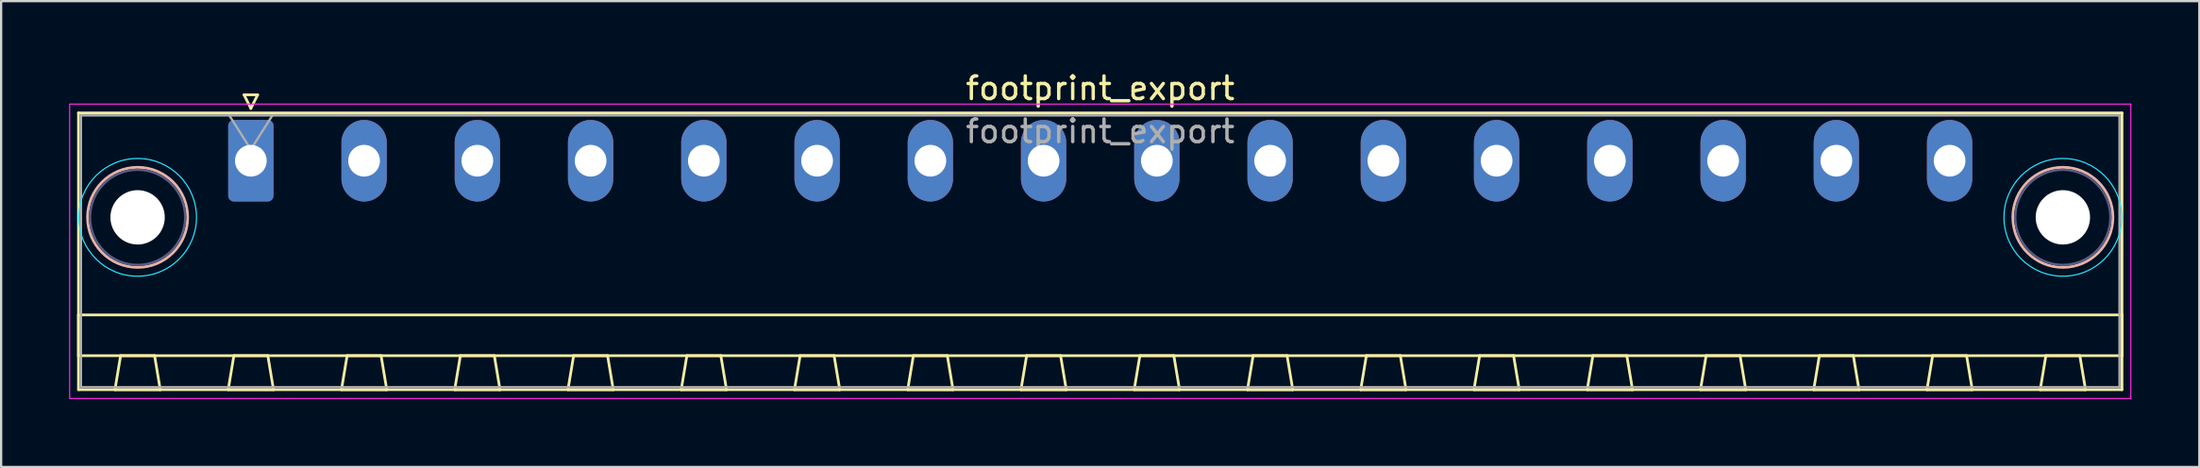
<source format=kicad_pcb>
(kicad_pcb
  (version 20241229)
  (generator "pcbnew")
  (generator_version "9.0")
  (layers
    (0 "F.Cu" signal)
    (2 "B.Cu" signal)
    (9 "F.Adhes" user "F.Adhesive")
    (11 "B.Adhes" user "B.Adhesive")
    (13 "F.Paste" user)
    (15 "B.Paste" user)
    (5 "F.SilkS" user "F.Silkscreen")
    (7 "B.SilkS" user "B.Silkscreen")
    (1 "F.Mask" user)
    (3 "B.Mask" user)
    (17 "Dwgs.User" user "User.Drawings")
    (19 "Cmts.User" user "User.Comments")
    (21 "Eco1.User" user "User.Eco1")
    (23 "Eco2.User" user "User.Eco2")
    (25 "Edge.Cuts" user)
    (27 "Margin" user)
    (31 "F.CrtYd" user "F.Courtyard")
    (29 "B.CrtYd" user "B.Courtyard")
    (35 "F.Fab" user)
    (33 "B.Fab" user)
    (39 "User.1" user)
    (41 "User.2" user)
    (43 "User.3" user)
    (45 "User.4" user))
  (footprint "footprint_export"
    (layer "F.Cu")
    (at 8.025 4.048)
    (property "Reference" "footprint_export" (at 37.5 -3.2 0) (layer "F.SilkS") (effects (font (size 1 1) (thickness 0.15))))
    (attr through_hole)
    (fp_line (start -7.61 -2.11) (end -7.61 10.11) (stroke (width 0.12) (type solid)) (layer "F.SilkS"))
    (fp_line (start -7.61 6.81) (end 82.61 6.81) (stroke (width 0.12) (type solid)) (layer "F.SilkS"))
    (fp_line (start -7.61 8.61) (end -7.61 6.81) (stroke (width 0.12) (type solid)) (layer "F.SilkS"))
    (fp_line (start -7.61 10.11) (end 82.61 10.11) (stroke (width 0.12) (type solid)) (layer "F.SilkS"))
    (fp_line (start -6 10.11) (end -4 10.11) (stroke (width 0.12) (type solid)) (layer "F.SilkS"))
    (fp_line (start -5.75 8.61) (end -6 10.11) (stroke (width 0.12) (type solid)) (layer "F.SilkS"))
    (fp_line (start -4.25 8.61) (end -5.75 8.61) (stroke (width 0.12) (type solid)) (layer "F.SilkS"))
    (fp_line (start -4 10.11) (end -4.25 8.61) (stroke (width 0.12) (type solid)) (layer "F.SilkS"))
    (fp_line (start -1 10.11) (end 1 10.11) (stroke (width 0.12) (type solid)) (layer "F.SilkS"))
    (fp_line (start -0.75 8.61) (end -1 10.11) (stroke (width 0.12) (type solid)) (layer "F.SilkS"))
    (fp_line (start -0.3 -2.91) (end 0.3 -2.91) (stroke (width 0.12) (type solid)) (layer "F.SilkS"))
    (fp_line (start 0 -2.31) (end -0.3 -2.91) (stroke (width 0.12) (type solid)) (layer "F.SilkS"))
    (fp_line (start 0.3 -2.91) (end 0 -2.31) (stroke (width 0.12) (type solid)) (layer "F.SilkS"))
    (fp_line (start 0.75 8.61) (end -0.75 8.61) (stroke (width 0.12) (type solid)) (layer "F.SilkS"))
    (fp_line (start 1 10.11) (end 0.75 8.61) (stroke (width 0.12) (type solid)) (layer "F.SilkS"))
    (fp_line (start 4 10.11) (end 6 10.11) (stroke (width 0.12) (type solid)) (layer "F.SilkS"))
    (fp_line (start 4.25 8.61) (end 4 10.11) (stroke (width 0.12) (type solid)) (layer "F.SilkS"))
    (fp_line (start 5.75 8.61) (end 4.25 8.61) (stroke (width 0.12) (type solid)) (layer "F.SilkS"))
    (fp_line (start 6 10.11) (end 5.75 8.61) (stroke (width 0.12) (type solid)) (layer "F.SilkS"))
    (fp_line (start 9 10.11) (end 11 10.11) (stroke (width 0.12) (type solid)) (layer "F.SilkS"))
    (fp_line (start 9.25 8.61) (end 9 10.11) (stroke (width 0.12) (type solid)) (layer "F.SilkS"))
    (fp_line (start 10.75 8.61) (end 9.25 8.61) (stroke (width 0.12) (type solid)) (layer "F.SilkS"))
    (fp_line (start 11 10.11) (end 10.75 8.61) (stroke (width 0.12) (type solid)) (layer "F.SilkS"))
    (fp_line (start 14 10.11) (end 16 10.11) (stroke (width 0.12) (type solid)) (layer "F.SilkS"))
    (fp_line (start 14.25 8.61) (end 14 10.11) (stroke (width 0.12) (type solid)) (layer "F.SilkS"))
    (fp_line (start 15.75 8.61) (end 14.25 8.61) (stroke (width 0.12) (type solid)) (layer "F.SilkS"))
    (fp_line (start 16 10.11) (end 15.75 8.61) (stroke (width 0.12) (type solid)) (layer "F.SilkS"))
    (fp_line (start 19 10.11) (end 21 10.11) (stroke (width 0.12) (type solid)) (layer "F.SilkS"))
    (fp_line (start 19.25 8.61) (end 19 10.11) (stroke (width 0.12) (type solid)) (layer "F.SilkS"))
    (fp_line (start 20.75 8.61) (end 19.25 8.61) (stroke (width 0.12) (type solid)) (layer "F.SilkS"))
    (fp_line (start 21 10.11) (end 20.75 8.61) (stroke (width 0.12) (type solid)) (layer "F.SilkS"))
    (fp_line (start 24 10.11) (end 26 10.11) (stroke (width 0.12) (type solid)) (layer "F.SilkS"))
    (fp_line (start 24.25 8.61) (end 24 10.11) (stroke (width 0.12) (type solid)) (layer "F.SilkS"))
    (fp_line (start 25.75 8.61) (end 24.25 8.61) (stroke (width 0.12) (type solid)) (layer "F.SilkS"))
    (fp_line (start 26 10.11) (end 25.75 8.61) (stroke (width 0.12) (type solid)) (layer "F.SilkS"))
    (fp_line (start 29 10.11) (end 31 10.11) (stroke (width 0.12) (type solid)) (layer "F.SilkS"))
    (fp_line (start 29.25 8.61) (end 29 10.11) (stroke (width 0.12) (type solid)) (layer "F.SilkS"))
    (fp_line (start 30.75 8.61) (end 29.25 8.61) (stroke (width 0.12) (type solid)) (layer "F.SilkS"))
    (fp_line (start 31 10.11) (end 30.75 8.61) (stroke (width 0.12) (type solid)) (layer "F.SilkS"))
    (fp_line (start 34 10.11) (end 36 10.11) (stroke (width 0.12) (type solid)) (layer "F.SilkS"))
    (fp_line (start 34.25 8.61) (end 34 10.11) (stroke (width 0.12) (type solid)) (layer "F.SilkS"))
    (fp_line (start 35.75 8.61) (end 34.25 8.61) (stroke (width 0.12) (type solid)) (layer "F.SilkS"))
    (fp_line (start 36 10.11) (end 35.75 8.61) (stroke (width 0.12) (type solid)) (layer "F.SilkS"))
    (fp_line (start 39 10.11) (end 41 10.11) (stroke (width 0.12) (type solid)) (layer "F.SilkS"))
    (fp_line (start 39.25 8.61) (end 39 10.11) (stroke (width 0.12) (type solid)) (layer "F.SilkS"))
    (fp_line (start 40.75 8.61) (end 39.25 8.61) (stroke (width 0.12) (type solid)) (layer "F.SilkS"))
    (fp_line (start 41 10.11) (end 40.75 8.61) (stroke (width 0.12) (type solid)) (layer "F.SilkS"))
    (fp_line (start 44 10.11) (end 46 10.11) (stroke (width 0.12) (type solid)) (layer "F.SilkS"))
    (fp_line (start 44.25 8.61) (end 44 10.11) (stroke (width 0.12) (type solid)) (layer "F.SilkS"))
    (fp_line (start 45.75 8.61) (end 44.25 8.61) (stroke (width 0.12) (type solid)) (layer "F.SilkS"))
    (fp_line (start 46 10.11) (end 45.75 8.61) (stroke (width 0.12) (type solid)) (layer "F.SilkS"))
    (fp_line (start 49 10.11) (end 51 10.11) (stroke (width 0.12) (type solid)) (layer "F.SilkS"))
    (fp_line (start 49.25 8.61) (end 49 10.11) (stroke (width 0.12) (type solid)) (layer "F.SilkS"))
    (fp_line (start 50.75 8.61) (end 49.25 8.61) (stroke (width 0.12) (type solid)) (layer "F.SilkS"))
    (fp_line (start 51 10.11) (end 50.75 8.61) (stroke (width 0.12) (type solid)) (layer "F.SilkS"))
    (fp_line (start 54 10.11) (end 56 10.11) (stroke (width 0.12) (type solid)) (layer "F.SilkS"))
    (fp_line (start 54.25 8.61) (end 54 10.11) (stroke (width 0.12) (type solid)) (layer "F.SilkS"))
    (fp_line (start 55.75 8.61) (end 54.25 8.61) (stroke (width 0.12) (type solid)) (layer "F.SilkS"))
    (fp_line (start 56 10.11) (end 55.75 8.61) (stroke (width 0.12) (type solid)) (layer "F.SilkS"))
    (fp_line (start 59 10.11) (end 61 10.11) (stroke (width 0.12) (type solid)) (layer "F.SilkS"))
    (fp_line (start 59.25 8.61) (end 59 10.11) (stroke (width 0.12) (type solid)) (layer "F.SilkS"))
    (fp_line (start 60.75 8.61) (end 59.25 8.61) (stroke (width 0.12) (type solid)) (layer "F.SilkS"))
    (fp_line (start 61 10.11) (end 60.75 8.61) (stroke (width 0.12) (type solid)) (layer "F.SilkS"))
    (fp_line (start 64 10.11) (end 66 10.11) (stroke (width 0.12) (type solid)) (layer "F.SilkS"))
    (fp_line (start 64.25 8.61) (end 64 10.11) (stroke (width 0.12) (type solid)) (layer "F.SilkS"))
    (fp_line (start 65.75 8.61) (end 64.25 8.61) (stroke (width 0.12) (type solid)) (layer "F.SilkS"))
    (fp_line (start 66 10.11) (end 65.75 8.61) (stroke (width 0.12) (type solid)) (layer "F.SilkS"))
    (fp_line (start 69 10.11) (end 71 10.11) (stroke (width 0.12) (type solid)) (layer "F.SilkS"))
    (fp_line (start 69.25 8.61) (end 69 10.11) (stroke (width 0.12) (type solid)) (layer "F.SilkS"))
    (fp_line (start 70.75 8.61) (end 69.25 8.61) (stroke (width 0.12) (type solid)) (layer "F.SilkS"))
    (fp_line (start 71 10.11) (end 70.75 8.61) (stroke (width 0.12) (type solid)) (layer "F.SilkS"))
    (fp_line (start 74 10.11) (end 76 10.11) (stroke (width 0.12) (type solid)) (layer "F.SilkS"))
    (fp_line (start 74.25 8.61) (end 74 10.11) (stroke (width 0.12) (type solid)) (layer "F.SilkS"))
    (fp_line (start 75.75 8.61) (end 74.25 8.61) (stroke (width 0.12) (type solid)) (layer "F.SilkS"))
    (fp_line (start 76 10.11) (end 75.75 8.61) (stroke (width 0.12) (type solid)) (layer "F.SilkS"))
    (fp_line (start 79 10.11) (end 81 10.11) (stroke (width 0.12) (type solid)) (layer "F.SilkS"))
    (fp_line (start 79.25 8.61) (end 79 10.11) (stroke (width 0.12) (type solid)) (layer "F.SilkS"))
    (fp_line (start 80.75 8.61) (end 79.25 8.61) (stroke (width 0.12) (type solid)) (layer "F.SilkS"))
    (fp_line (start 81 10.11) (end 80.75 8.61) (stroke (width 0.12) (type solid)) (layer "F.SilkS"))
    (fp_line (start 82.61 -2.11) (end -7.61 -2.11) (stroke (width 0.12) (type solid)) (layer "F.SilkS"))
    (fp_line (start 82.61 6.81) (end 82.61 8.61) (stroke (width 0.12) (type solid)) (layer "F.SilkS"))
    (fp_line (start 82.61 8.61) (end -7.61 8.61) (stroke (width 0.12) (type solid)) (layer "F.SilkS"))
    (fp_line (start 82.61 10.11) (end 82.61 -2.11) (stroke (width 0.12) (type solid)) (layer "F.SilkS"))
    (fp_circle (center -5 2.5) (end -2.79 2.5) (stroke (width 0.12) (type solid)) (fill no) (layer "B.SilkS"))
    (fp_circle (center 80 2.5) (end 82.21 2.5) (stroke (width 0.12) (type solid)) (fill no) (layer "B.SilkS"))
    (fp_circle (center -5 2.5) (end -2.4 2.5) (stroke (width 0.05) (type solid)) (fill no) (layer "B.CrtYd"))
    (fp_circle (center 80 2.5) (end 82.6 2.5) (stroke (width 0.05) (type solid)) (fill no) (layer "B.CrtYd"))
    (fp_line (start -8 -2.5) (end -8 10.5) (stroke (width 0.05) (type solid)) (layer "F.CrtYd"))
    (fp_line (start -8 10.5) (end 83 10.5) (stroke (width 0.05) (type solid)) (layer "F.CrtYd"))
    (fp_line (start 83 -2.5) (end -8 -2.5) (stroke (width 0.05) (type solid)) (layer "F.CrtYd"))
    (fp_line (start 83 10.5) (end 83 -2.5) (stroke (width 0.05) (type solid)) (layer "F.CrtYd"))
    (fp_circle (center -5 2.5) (end -2.9 2.5) (stroke (width 0.1) (type solid)) (fill no) (layer "B.Fab"))
    (fp_circle (center 80 2.5) (end 82.1 2.5) (stroke (width 0.1) (type solid)) (fill no) (layer "B.Fab"))
    (fp_line (start -7.5 -2) (end -7.5 10) (stroke (width 0.1) (type solid)) (layer "F.Fab"))
    (fp_line (start -7.5 10) (end 82.5 10) (stroke (width 0.1) (type solid)) (layer "F.Fab"))
    (fp_line (start 0 -0.5) (end -0.95 -2) (stroke (width 0.1) (type solid)) (layer "F.Fab"))
    (fp_line (start 0.95 -2) (end 0 -0.5) (stroke (width 0.1) (type solid)) (layer "F.Fab"))
    (fp_line (start 82.5 -2) (end -7.5 -2) (stroke (width 0.1) (type solid)) (layer "F.Fab"))
    (fp_line (start 82.5 10) (end 82.5 -2) (stroke (width 0.1) (type solid)) (layer "F.Fab"))
    (fp_text user "${REFERENCE}" (at 37.5 -1.3 0) (layer "F.Fab") (effects (font (size 1 1) (thickness 0.15))))
    (pad "" np_thru_hole circle (at -5 2.5) (size 2.4 2.4) (drill 2.4) (layers "*.Cu" "*.Mask"))
    (pad "" np_thru_hole circle (at 80 2.5) (size 2.4 2.4) (drill 2.4) (layers "*.Cu" "*.Mask"))
    (pad "1" thru_hole roundrect (at 0 0) (size 2 3.6) (drill 1.4) (layers "*.Cu" "*.Mask") (roundrect_rratio 0.125))
    (pad "2" thru_hole oval (at 5 0) (size 2 3.6) (drill 1.4) (layers "*.Cu" "*.Mask"))
    (pad "3" thru_hole oval (at 10 0) (size 2 3.6) (drill 1.4) (layers "*.Cu" "*.Mask"))
    (pad "4" thru_hole oval (at 15 0) (size 2 3.6) (drill 1.4) (layers "*.Cu" "*.Mask"))
    (pad "5" thru_hole oval (at 20 0) (size 2 3.6) (drill 1.4) (layers "*.Cu" "*.Mask"))
    (pad "6" thru_hole oval (at 25 0) (size 2 3.6) (drill 1.4) (layers "*.Cu" "*.Mask"))
    (pad "7" thru_hole oval (at 30 0) (size 2 3.6) (drill 1.4) (layers "*.Cu" "*.Mask"))
    (pad "8" thru_hole oval (at 35 0) (size 2 3.6) (drill 1.4) (layers "*.Cu" "*.Mask"))
    (pad "9" thru_hole oval (at 40 0) (size 2 3.6) (drill 1.4) (layers "*.Cu" "*.Mask"))
    (pad "10" thru_hole oval (at 45 0) (size 2 3.6) (drill 1.4) (layers "*.Cu" "*.Mask"))
    (pad "11" thru_hole oval (at 50 0) (size 2 3.6) (drill 1.4) (layers "*.Cu" "*.Mask"))
    (pad "12" thru_hole oval (at 55 0) (size 2 3.6) (drill 1.4) (layers "*.Cu" "*.Mask"))
    (pad "13" thru_hole oval (at 60 0) (size 2 3.6) (drill 1.4) (layers "*.Cu" "*.Mask"))
    (pad "14" thru_hole oval (at 65 0) (size 2 3.6) (drill 1.4) (layers "*.Cu" "*.Mask"))
    (pad "15" thru_hole oval (at 70 0) (size 2 3.6) (drill 1.4) (layers "*.Cu" "*.Mask"))
    (pad "16" thru_hole oval (at 75 0) (size 2 3.6) (drill 1.4) (layers "*.Cu" "*.Mask")))
  (gr_rect
    (start -3 -3)
    (end 94.05 17.573)
    (stroke (width 0.1) (type default))
    (fill no)
    (layer "Edge.Cuts")))
</source>
